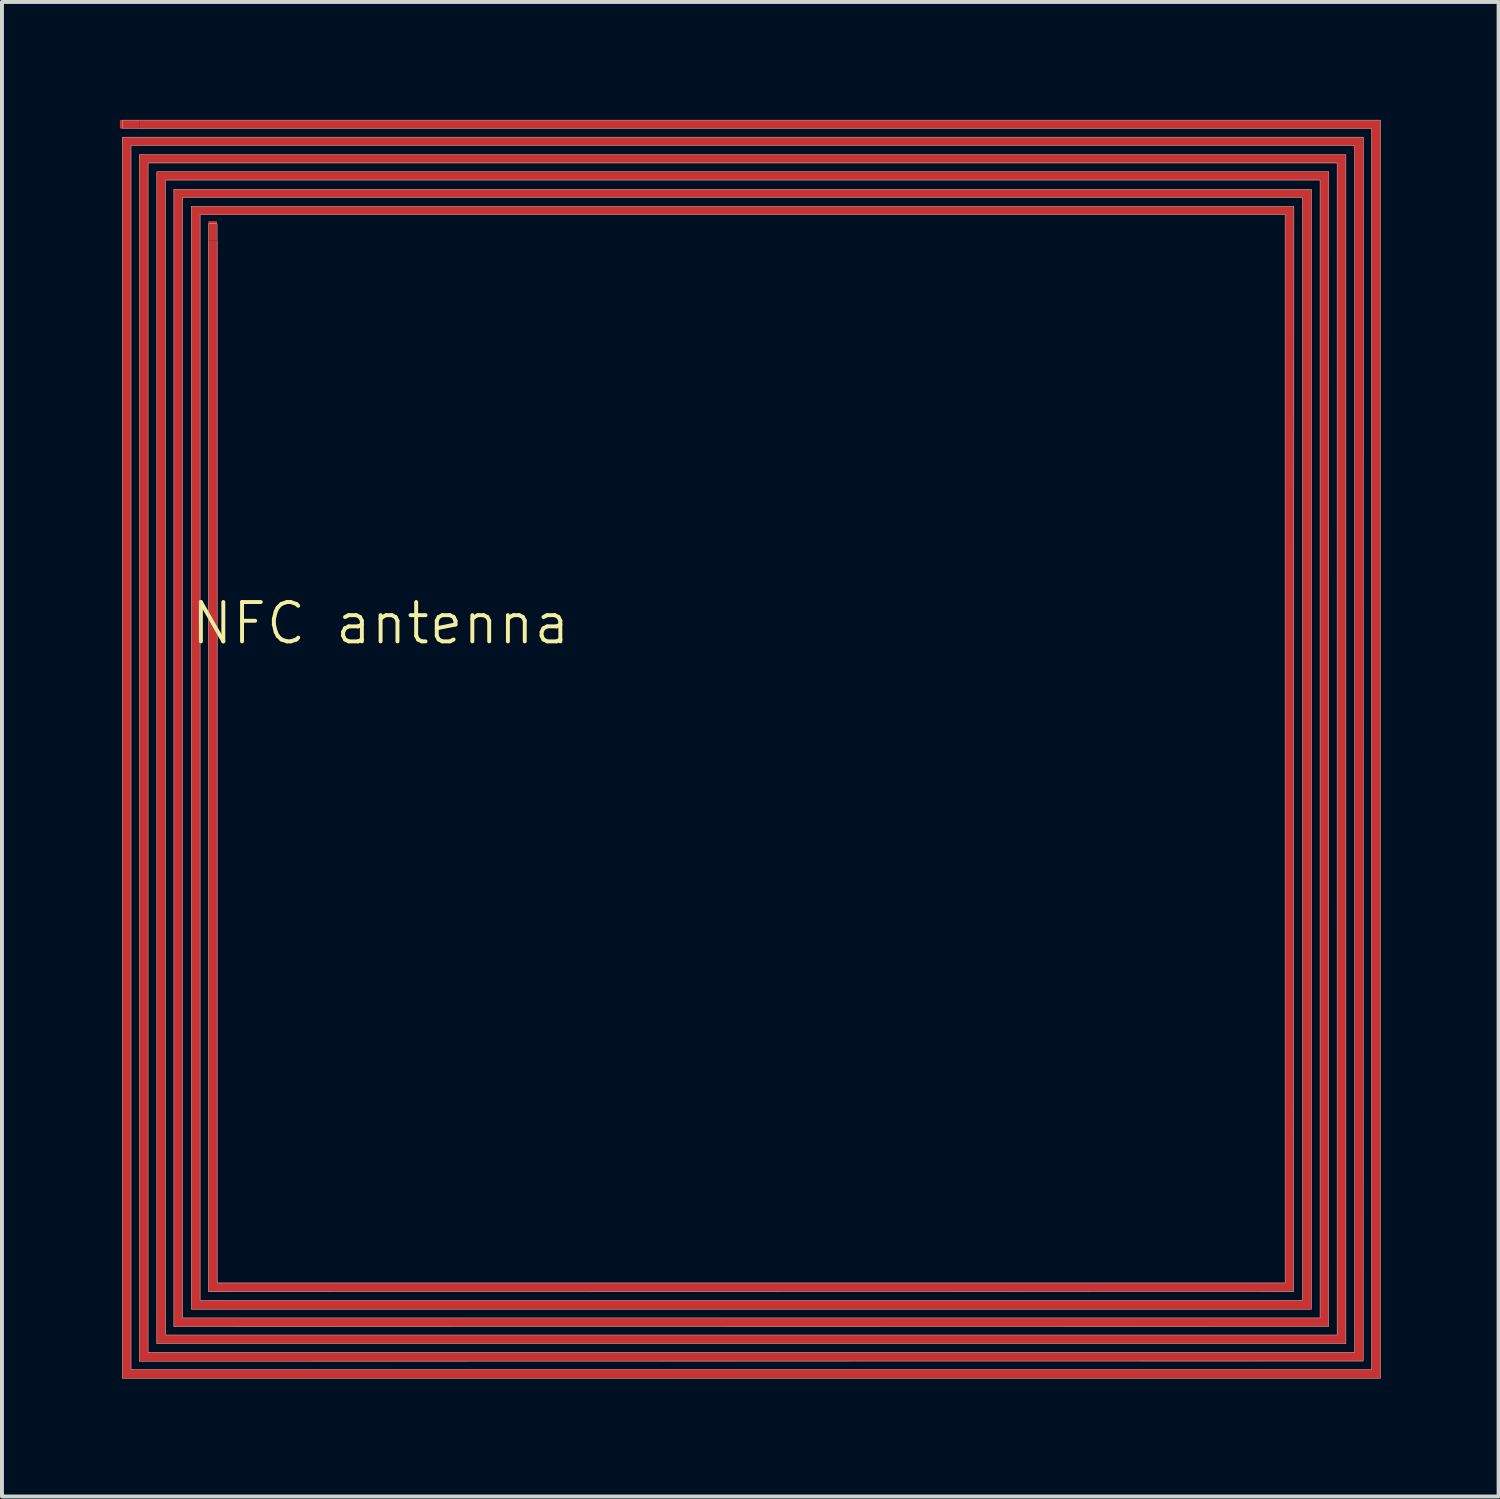
<source format=kicad_pcb>
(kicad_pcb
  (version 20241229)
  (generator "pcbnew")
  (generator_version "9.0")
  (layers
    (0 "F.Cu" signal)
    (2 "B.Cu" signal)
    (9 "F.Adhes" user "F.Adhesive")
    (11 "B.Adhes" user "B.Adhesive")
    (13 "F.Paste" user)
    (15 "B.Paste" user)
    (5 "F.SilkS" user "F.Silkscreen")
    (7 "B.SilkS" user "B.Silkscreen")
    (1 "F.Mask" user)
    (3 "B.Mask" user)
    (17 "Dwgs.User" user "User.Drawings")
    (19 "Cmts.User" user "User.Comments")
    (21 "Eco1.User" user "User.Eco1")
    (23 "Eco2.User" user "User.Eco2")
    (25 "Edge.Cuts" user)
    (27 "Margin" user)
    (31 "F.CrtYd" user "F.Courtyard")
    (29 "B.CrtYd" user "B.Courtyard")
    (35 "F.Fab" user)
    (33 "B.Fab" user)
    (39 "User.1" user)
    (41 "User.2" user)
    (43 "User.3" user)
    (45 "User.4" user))
  (footprint "NFC antenna"
    (layer "F.Cu")
    (at 16.06 16.005)
    (property "Reference" "NFC antenna" (at -9.43 -3.2 0) (unlocked yes) (layer "F.SilkS") (effects (font (size 1 1) (thickness 0.1))))
    (attr smd)
    (fp_poly (pts (xy 16 16) (xy -16 16) (xy -16 -15.566) (xy 15.566 -15.566) (xy 15.563 -0.003) (xy 15.561 15.561) (xy -0.003 15.563) (xy -15.566 15.566) (xy -15.566 -15.121) (xy 15.121 -15.121) (xy 15.121 15.121) (xy -15.121 15.121) (xy -15.121 -14.687) (xy 14.687 -14.687) (xy 14.685 -0.003) (xy 14.682 14.682) (xy -0.003 14.685) (xy -14.687 14.687) (xy -14.687 -14.243) (xy 14.243 -14.243) (xy 14.243 14.243) (xy -14.243 14.243) (xy -14.243 -13.809) (xy 13.798 -13.809) (xy 13.796 -0.008) (xy 13.793 13.793) (xy -0.008 13.796) (xy -13.809 13.798) (xy -13.809 -12.924) (xy -13.587 -12.924) (xy -13.587 13.576) (xy 13.576 13.576) (xy 13.576 -13.597) (xy -14.021 -13.597) (xy -14.021 14.021) (xy 14.021 14.021) (xy 14.021 -14.031) (xy -14.465 -14.031) (xy -14.465 14.465) (xy 14.465 14.465) (xy 14.465 -14.476) (xy -14.899 -14.476) (xy -14.899 14.899) (xy 14.899 14.899) (xy 14.899 -14.91) (xy -15.344 -14.91) (xy -15.344 15.344) (xy 15.344 15.344) (xy 15.344 -15.354) (xy -15.778 -15.354) (xy -15.778 15.778) (xy 15.778 15.778) (xy 15.778 -15.788) (xy -15.56 -15.788) (xy -15.56 -16) (xy 16 -16)) (stroke (width 0.011) (type solid)) (fill yes) (layer "F.Cu"))
    (fp_poly (pts (xy 16 16) (xy -16 16) (xy -16 -15.566) (xy 15.566 -15.566) (xy 15.563 -0.003) (xy 15.561 15.561) (xy -0.003 15.563) (xy -15.566 15.566) (xy -15.566 -15.121) (xy 15.121 -15.121) (xy 15.121 15.121) (xy -15.121 15.121) (xy -15.121 -14.687) (xy 14.687 -14.687) (xy 14.685 -0.003) (xy 14.682 14.682) (xy -0.003 14.685) (xy -14.687 14.687) (xy -14.687 -14.243) (xy 14.243 -14.243) (xy 14.243 14.243) (xy -14.243 14.243) (xy -14.243 -13.809) (xy 13.798 -13.809) (xy 13.796 -0.008) (xy 13.793 13.793) (xy -0.008 13.796) (xy -13.809 13.798) (xy -13.809 -13.364) (xy -13.587 -13.364) (xy -13.587 13.576) (xy 13.576 13.576) (xy 13.576 -13.597) (xy -14.021 -13.597) (xy -14.021 14.021) (xy 14.021 14.021) (xy 14.021 -14.031) (xy -14.465 -14.031) (xy -14.465 14.465) (xy 14.465 14.465) (xy 14.465 -14.476) (xy -14.899 -14.476) (xy -14.899 14.899) (xy 14.899 14.899) (xy 14.899 -14.91) (xy -15.344 -14.91) (xy -15.344 15.344) (xy 15.344 15.344) (xy 15.344 -15.354) (xy -15.778 -15.354) (xy -15.778 15.778) (xy 15.778 15.778) (xy 15.778 -15.788) (xy -16 -15.788) (xy -16 -16) (xy 16 -16)) (stroke (width 0.011) (type solid)) (fill no) (layer "Dwgs.User"))
    (pad "1" smd rect (at -15.81 -15.895) (size 0.5 0.22) (layers "F.Cu" "F.Mask" "F.Paste"))
    (pad "2" smd rect (at -13.7 -13.18 90) (size 0.5 0.22) (layers "F.Cu" "F.Mask" "F.Paste")))
  (gr_rect
    (start -3 -3)
    (end 35.065 35.011)
    (stroke (width 0.1) (type default))
    (fill no)
    (layer "Edge.Cuts")))
</source>
